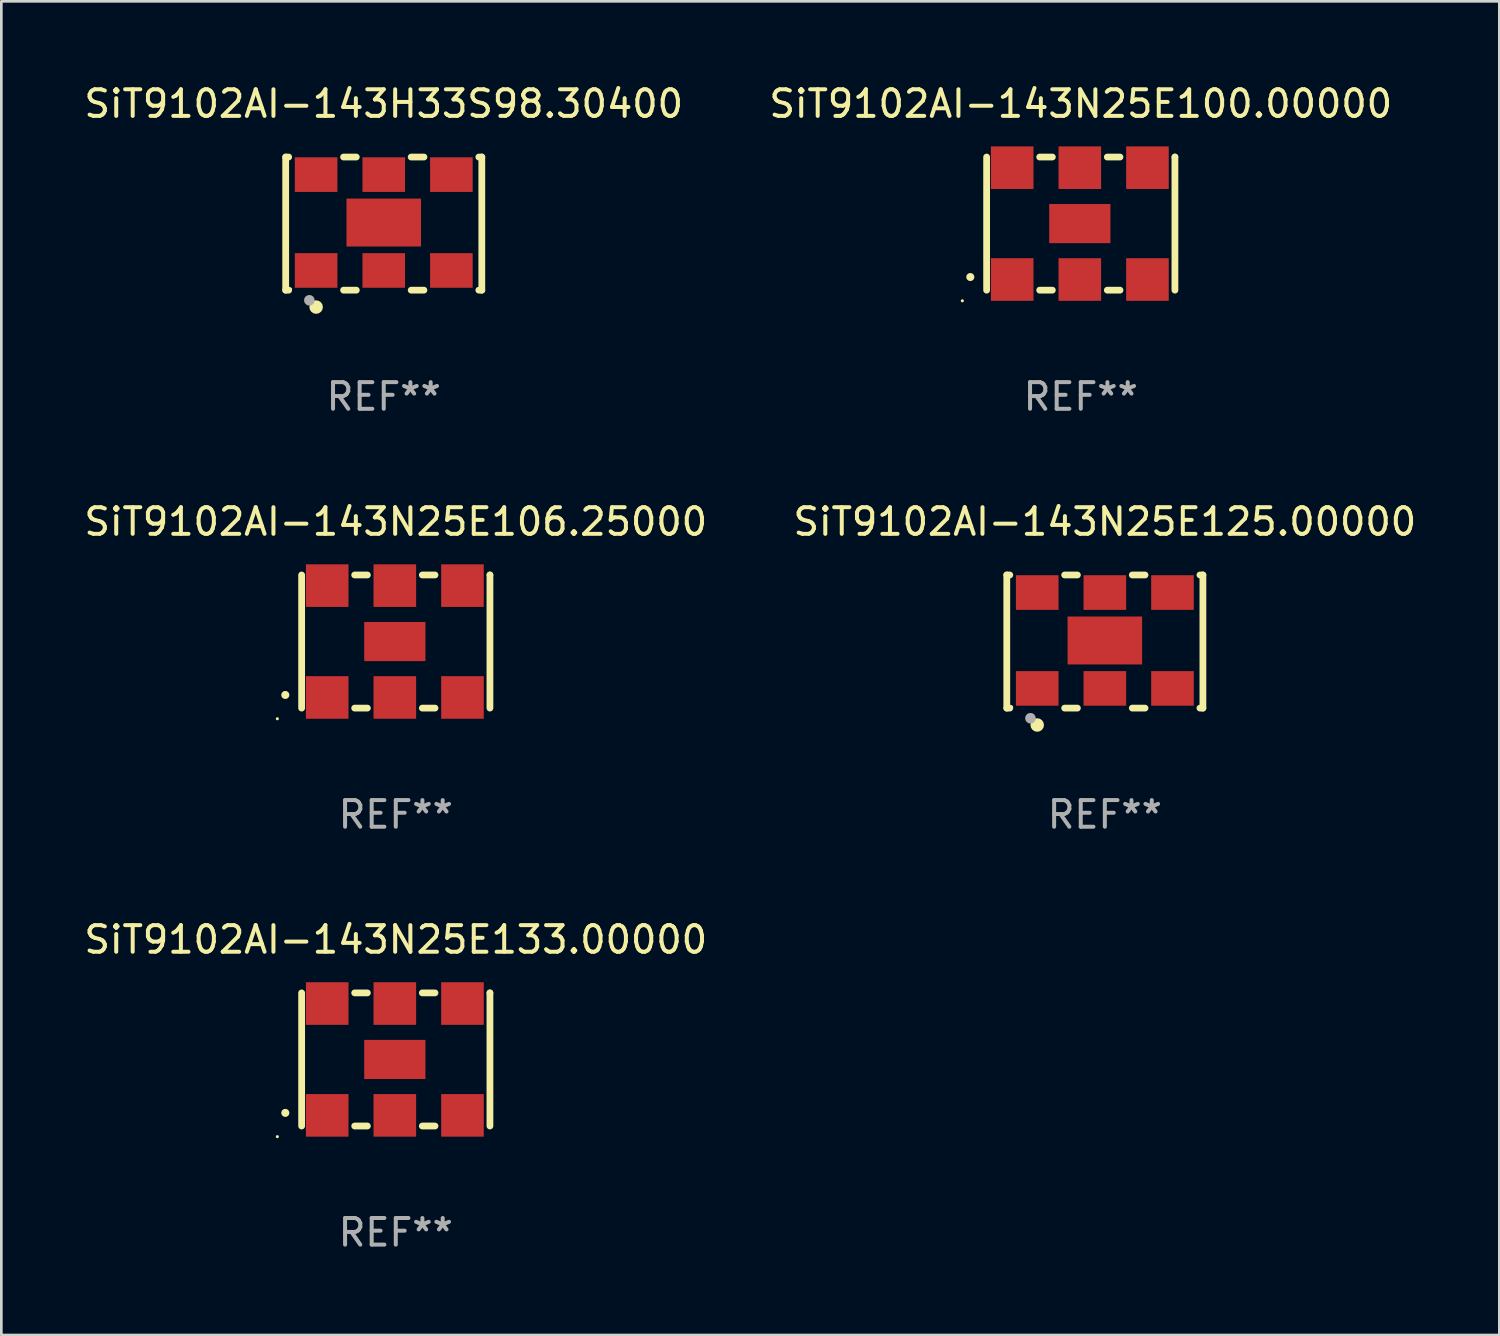
<source format=kicad_pcb>
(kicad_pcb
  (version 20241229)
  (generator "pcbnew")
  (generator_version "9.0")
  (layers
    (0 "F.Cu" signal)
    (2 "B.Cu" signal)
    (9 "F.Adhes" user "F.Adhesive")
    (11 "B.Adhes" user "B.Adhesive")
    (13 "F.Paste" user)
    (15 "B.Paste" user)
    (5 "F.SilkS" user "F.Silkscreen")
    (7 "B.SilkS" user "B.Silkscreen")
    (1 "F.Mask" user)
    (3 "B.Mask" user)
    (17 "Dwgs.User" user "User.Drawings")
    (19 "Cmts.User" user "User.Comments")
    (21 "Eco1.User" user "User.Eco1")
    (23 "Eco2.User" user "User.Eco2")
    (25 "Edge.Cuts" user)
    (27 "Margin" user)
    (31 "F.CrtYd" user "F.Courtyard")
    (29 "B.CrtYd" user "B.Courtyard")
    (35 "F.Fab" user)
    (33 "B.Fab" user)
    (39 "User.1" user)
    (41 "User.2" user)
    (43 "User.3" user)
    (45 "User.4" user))
  (footprint "SiT9102AI-143H33S98.30400"
    (layer "F.Cu")
    (at 11.363 5.348)
    (property "Reference" "SiT9102AI-143H33S98.30400" (at 0 -4.5 0) (layer "F.SilkS") (effects (font (size 1 1) (thickness 0.15))))
    (attr through_hole)
    (fp_line (start -3.683 -2.5) (end -3.571 -2.5) (stroke (width 0.254) (type solid)) (layer "F.SilkS"))
    (fp_line (start -3.683 2.5) (end -3.683 -2.5) (stroke (width 0.254) (type solid)) (layer "F.SilkS"))
    (fp_line (start -3.683 2.5) (end -3.571 2.5) (stroke (width 0.254) (type solid)) (layer "F.SilkS"))
    (fp_line (start -1.509 -2.5) (end -1.031 -2.5) (stroke (width 0.254) (type solid)) (layer "F.SilkS"))
    (fp_line (start -1.509 2.5) (end -1.031 2.5) (stroke (width 0.254) (type solid)) (layer "F.SilkS"))
    (fp_line (start 1.031 -2.5) (end 1.509 -2.5) (stroke (width 0.254) (type solid)) (layer "F.SilkS"))
    (fp_line (start 1.031 2.5) (end 1.509 2.5) (stroke (width 0.254) (type solid)) (layer "F.SilkS"))
    (fp_line (start 3.571 -2.5) (end 3.683 -2.5) (stroke (width 0.254) (type solid)) (layer "F.SilkS"))
    (fp_line (start 3.571 2.5) (end 3.683 2.5) (stroke (width 0.254) (type solid)) (layer "F.SilkS"))
    (fp_line (start 3.683 2.5) (end 3.683 -2.5) (stroke (width 0.254) (type solid)) (layer "F.SilkS"))
    (fp_circle (center -3.5 2.46) (end -3.47 2.46) (stroke (width 0.06) (type solid)) (fill no) (layer "F.SilkS"))
    (fp_circle (center -2.54 3.135) (end -2.413 3.135) (stroke (width 0.254) (type solid)) (fill no) (layer "F.SilkS"))
    (fp_circle (center -2.794 2.881) (end -2.694 2.881) (stroke (width 0.2) (type solid)) (fill no) (layer "F.Fab"))
    (fp_text user "REF**" (at 0 6.5 0) (layer "F.Fab") (effects (font (size 1 1) (thickness 0.15))))
    (pad "1" smd rect (at -2.54 1.76) (size 1.6 1.3) (layers "F.Cu" "F.Mask" "F.Paste"))
    (pad "2" smd rect (at 0 1.76) (size 1.6 1.3) (layers "F.Cu" "F.Mask" "F.Paste"))
    (pad "3" smd rect (at 2.54 1.76) (size 1.6 1.3) (layers "F.Cu" "F.Mask" "F.Paste"))
    (pad "4" smd rect (at 2.54 -1.84) (size 1.6 1.3) (layers "F.Cu" "F.Mask" "F.Paste"))
    (pad "5" smd rect (at 0 -1.84) (size 1.6 1.3) (layers "F.Cu" "F.Mask" "F.Paste"))
    (pad "6" smd rect (at -2.54 -1.84) (size 1.6 1.3) (layers "F.Cu" "F.Mask" "F.Paste"))
    (pad "7" smd rect (at 0 -0.04) (size 2.8 1.8) (layers "F.Cu" "F.Mask" "F.Paste")))
  (footprint "SiT9102AI-143N25E100.00000"
    (layer "F.Cu")
    (at 37.542 5.348)
    (property "Reference" "SiT9102AI-143N25E100.00000" (at 0 -4.5 0) (layer "F.SilkS") (effects (font (size 1 1) (thickness 0.15))))
    (attr through_hole)
    (fp_line (start -3.536 -2.5) (end -3.536 2.5) (stroke (width 0.254) (type solid)) (layer "F.SilkS"))
    (fp_line (start -1.544 2.5) (end -1.067 2.5) (stroke (width 0.254) (type solid)) (layer "F.SilkS"))
    (fp_line (start -1.067 -2.5) (end -1.544 -2.5) (stroke (width 0.254) (type solid)) (layer "F.SilkS"))
    (fp_line (start 0.996 2.5) (end 1.473 2.5) (stroke (width 0.254) (type solid)) (layer "F.SilkS"))
    (fp_line (start 1.473 -2.5) (end 0.996 -2.5) (stroke (width 0.254) (type solid)) (layer "F.SilkS"))
    (fp_line (start 3.536 -2.5) (end 3.536 -2.5) (stroke (width 0.254) (type solid)) (layer "F.SilkS"))
    (fp_line (start 3.536 2.5) (end 3.536 -2.5) (stroke (width 0.254) (type solid)) (layer "F.SilkS"))
    (fp_arc (start -4.150432 2.006604) (mid -4.149162 2.006599) (end -4.147892 2.006604) (stroke (width 0.3) (type solid)) (layer "F.SilkS"))
    (fp_circle (center -4.449 2.9) (end -4.419 2.9) (stroke (width 0.06) (type solid)) (fill no) (layer "F.SilkS"))
    (fp_text user "REF**" (at 0 6.5 0) (layer "F.Fab") (effects (font (size 1 1) (thickness 0.15))))
    (pad "1" smd rect (at -2.576 2.1) (size 1.6 1.6) (layers "F.Cu" "F.Mask" "F.Paste"))
    (pad "2" smd rect (at -0.036 2.1) (size 1.6 1.6) (layers "F.Cu" "F.Mask" "F.Paste"))
    (pad "3" smd rect (at 2.504 2.1) (size 1.6 1.6) (layers "F.Cu" "F.Mask" "F.Paste"))
    (pad "4" smd rect (at 2.504 -2.1) (size 1.6 1.6) (layers "F.Cu" "F.Mask" "F.Paste"))
    (pad "5" smd rect (at -0.036 -2.1) (size 1.6 1.6) (layers "F.Cu" "F.Mask" "F.Paste"))
    (pad "6" smd rect (at -2.576 -2.1) (size 1.6 1.6) (layers "F.Cu" "F.Mask" "F.Paste"))
    (pad "7" smd rect (at -0.036 0) (size 2.3 1.47) (layers "F.Cu" "F.Mask" "F.Paste")))
  (footprint "SiT9102AI-143N25E106.25000"
    (layer "F.Cu")
    (at 11.815 21.045)
    (property "Reference" "SiT9102AI-143N25E106.25000" (at 0 -4.5 0) (layer "F.SilkS") (effects (font (size 1 1) (thickness 0.15))))
    (attr through_hole)
    (fp_line (start -3.536 -2.5) (end -3.536 2.5) (stroke (width 0.254) (type solid)) (layer "F.SilkS"))
    (fp_line (start -1.544 2.5) (end -1.067 2.5) (stroke (width 0.254) (type solid)) (layer "F.SilkS"))
    (fp_line (start -1.067 -2.5) (end -1.544 -2.5) (stroke (width 0.254) (type solid)) (layer "F.SilkS"))
    (fp_line (start 0.996 2.5) (end 1.473 2.5) (stroke (width 0.254) (type solid)) (layer "F.SilkS"))
    (fp_line (start 1.473 -2.5) (end 0.996 -2.5) (stroke (width 0.254) (type solid)) (layer "F.SilkS"))
    (fp_line (start 3.536 -2.5) (end 3.536 -2.5) (stroke (width 0.254) (type solid)) (layer "F.SilkS"))
    (fp_line (start 3.536 2.5) (end 3.536 -2.5) (stroke (width 0.254) (type solid)) (layer "F.SilkS"))
    (fp_arc (start -4.150432 2.006604) (mid -4.149162 2.006599) (end -4.147892 2.006604) (stroke (width 0.3) (type solid)) (layer "F.SilkS"))
    (fp_circle (center -4.449 2.9) (end -4.419 2.9) (stroke (width 0.06) (type solid)) (fill no) (layer "F.SilkS"))
    (fp_text user "REF**" (at 0 6.5 0) (layer "F.Fab") (effects (font (size 1 1) (thickness 0.15))))
    (pad "1" smd rect (at -2.576 2.1) (size 1.6 1.6) (layers "F.Cu" "F.Mask" "F.Paste"))
    (pad "2" smd rect (at -0.036 2.1) (size 1.6 1.6) (layers "F.Cu" "F.Mask" "F.Paste"))
    (pad "3" smd rect (at 2.504 2.1) (size 1.6 1.6) (layers "F.Cu" "F.Mask" "F.Paste"))
    (pad "4" smd rect (at 2.504 -2.1) (size 1.6 1.6) (layers "F.Cu" "F.Mask" "F.Paste"))
    (pad "5" smd rect (at -0.036 -2.1) (size 1.6 1.6) (layers "F.Cu" "F.Mask" "F.Paste"))
    (pad "6" smd rect (at -2.576 -2.1) (size 1.6 1.6) (layers "F.Cu" "F.Mask" "F.Paste"))
    (pad "7" smd rect (at -0.036 0) (size 2.3 1.47) (layers "F.Cu" "F.Mask" "F.Paste")))
  (footprint "SiT9102AI-143N25E125.00000"
    (layer "F.Cu")
    (at 38.446 21.045)
    (property "Reference" "SiT9102AI-143N25E125.00000" (at 0 -4.5 0) (layer "F.SilkS") (effects (font (size 1 1) (thickness 0.15))))
    (attr through_hole)
    (fp_line (start -3.683 -2.5) (end -3.571 -2.5) (stroke (width 0.254) (type solid)) (layer "F.SilkS"))
    (fp_line (start -3.683 2.5) (end -3.683 -2.5) (stroke (width 0.254) (type solid)) (layer "F.SilkS"))
    (fp_line (start -3.683 2.5) (end -3.571 2.5) (stroke (width 0.254) (type solid)) (layer "F.SilkS"))
    (fp_line (start -1.509 -2.5) (end -1.031 -2.5) (stroke (width 0.254) (type solid)) (layer "F.SilkS"))
    (fp_line (start -1.509 2.5) (end -1.031 2.5) (stroke (width 0.254) (type solid)) (layer "F.SilkS"))
    (fp_line (start 1.031 -2.5) (end 1.509 -2.5) (stroke (width 0.254) (type solid)) (layer "F.SilkS"))
    (fp_line (start 1.031 2.5) (end 1.509 2.5) (stroke (width 0.254) (type solid)) (layer "F.SilkS"))
    (fp_line (start 3.571 -2.5) (end 3.683 -2.5) (stroke (width 0.254) (type solid)) (layer "F.SilkS"))
    (fp_line (start 3.571 2.5) (end 3.683 2.5) (stroke (width 0.254) (type solid)) (layer "F.SilkS"))
    (fp_line (start 3.683 2.5) (end 3.683 -2.5) (stroke (width 0.254) (type solid)) (layer "F.SilkS"))
    (fp_circle (center -3.5 2.46) (end -3.47 2.46) (stroke (width 0.06) (type solid)) (fill no) (layer "F.SilkS"))
    (fp_circle (center -2.54 3.135) (end -2.413 3.135) (stroke (width 0.254) (type solid)) (fill no) (layer "F.SilkS"))
    (fp_circle (center -2.794 2.881) (end -2.694 2.881) (stroke (width 0.2) (type solid)) (fill no) (layer "F.Fab"))
    (fp_text user "REF**" (at 0 6.5 0) (layer "F.Fab") (effects (font (size 1 1) (thickness 0.15))))
    (pad "1" smd rect (at -2.54 1.76) (size 1.6 1.3) (layers "F.Cu" "F.Mask" "F.Paste"))
    (pad "2" smd rect (at 0 1.76) (size 1.6 1.3) (layers "F.Cu" "F.Mask" "F.Paste"))
    (pad "3" smd rect (at 2.54 1.76) (size 1.6 1.3) (layers "F.Cu" "F.Mask" "F.Paste"))
    (pad "4" smd rect (at 2.54 -1.84) (size 1.6 1.3) (layers "F.Cu" "F.Mask" "F.Paste"))
    (pad "5" smd rect (at 0 -1.84) (size 1.6 1.3) (layers "F.Cu" "F.Mask" "F.Paste"))
    (pad "6" smd rect (at -2.54 -1.84) (size 1.6 1.3) (layers "F.Cu" "F.Mask" "F.Paste"))
    (pad "7" smd rect (at 0 -0.04) (size 2.8 1.8) (layers "F.Cu" "F.Mask" "F.Paste")))
  (footprint "SiT9102AI-143N25E133.00000"
    (layer "F.Cu")
    (at 11.815 36.741)
    (property "Reference" "SiT9102AI-143N25E133.00000" (at 0 -4.5 0) (layer "F.SilkS") (effects (font (size 1 1) (thickness 0.15))))
    (attr through_hole)
    (fp_line (start -3.536 -2.5) (end -3.536 2.5) (stroke (width 0.254) (type solid)) (layer "F.SilkS"))
    (fp_line (start -1.544 2.5) (end -1.067 2.5) (stroke (width 0.254) (type solid)) (layer "F.SilkS"))
    (fp_line (start -1.067 -2.5) (end -1.544 -2.5) (stroke (width 0.254) (type solid)) (layer "F.SilkS"))
    (fp_line (start 0.996 2.5) (end 1.473 2.5) (stroke (width 0.254) (type solid)) (layer "F.SilkS"))
    (fp_line (start 1.473 -2.5) (end 0.996 -2.5) (stroke (width 0.254) (type solid)) (layer "F.SilkS"))
    (fp_line (start 3.536 -2.5) (end 3.536 -2.5) (stroke (width 0.254) (type solid)) (layer "F.SilkS"))
    (fp_line (start 3.536 2.5) (end 3.536 -2.5) (stroke (width 0.254) (type solid)) (layer "F.SilkS"))
    (fp_arc (start -4.150432 2.006604) (mid -4.149162 2.006599) (end -4.147892 2.006604) (stroke (width 0.3) (type solid)) (layer "F.SilkS"))
    (fp_circle (center -4.449 2.9) (end -4.419 2.9) (stroke (width 0.06) (type solid)) (fill no) (layer "F.SilkS"))
    (fp_text user "REF**" (at 0 6.5 0) (layer "F.Fab") (effects (font (size 1 1) (thickness 0.15))))
    (pad "1" smd rect (at -2.576 2.1) (size 1.6 1.6) (layers "F.Cu" "F.Mask" "F.Paste"))
    (pad "2" smd rect (at -0.036 2.1) (size 1.6 1.6) (layers "F.Cu" "F.Mask" "F.Paste"))
    (pad "3" smd rect (at 2.504 2.1) (size 1.6 1.6) (layers "F.Cu" "F.Mask" "F.Paste"))
    (pad "4" smd rect (at 2.504 -2.1) (size 1.6 1.6) (layers "F.Cu" "F.Mask" "F.Paste"))
    (pad "5" smd rect (at -0.036 -2.1) (size 1.6 1.6) (layers "F.Cu" "F.Mask" "F.Paste"))
    (pad "6" smd rect (at -2.576 -2.1) (size 1.6 1.6) (layers "F.Cu" "F.Mask" "F.Paste"))
    (pad "7" smd rect (at -0.036 0) (size 2.3 1.47) (layers "F.Cu" "F.Mask" "F.Paste")))
  (gr_rect
    (start -3 -3)
    (end 53.262 47.09)
    (stroke (width 0.1) (type default))
    (fill no)
    (layer "Edge.Cuts")))
</source>
